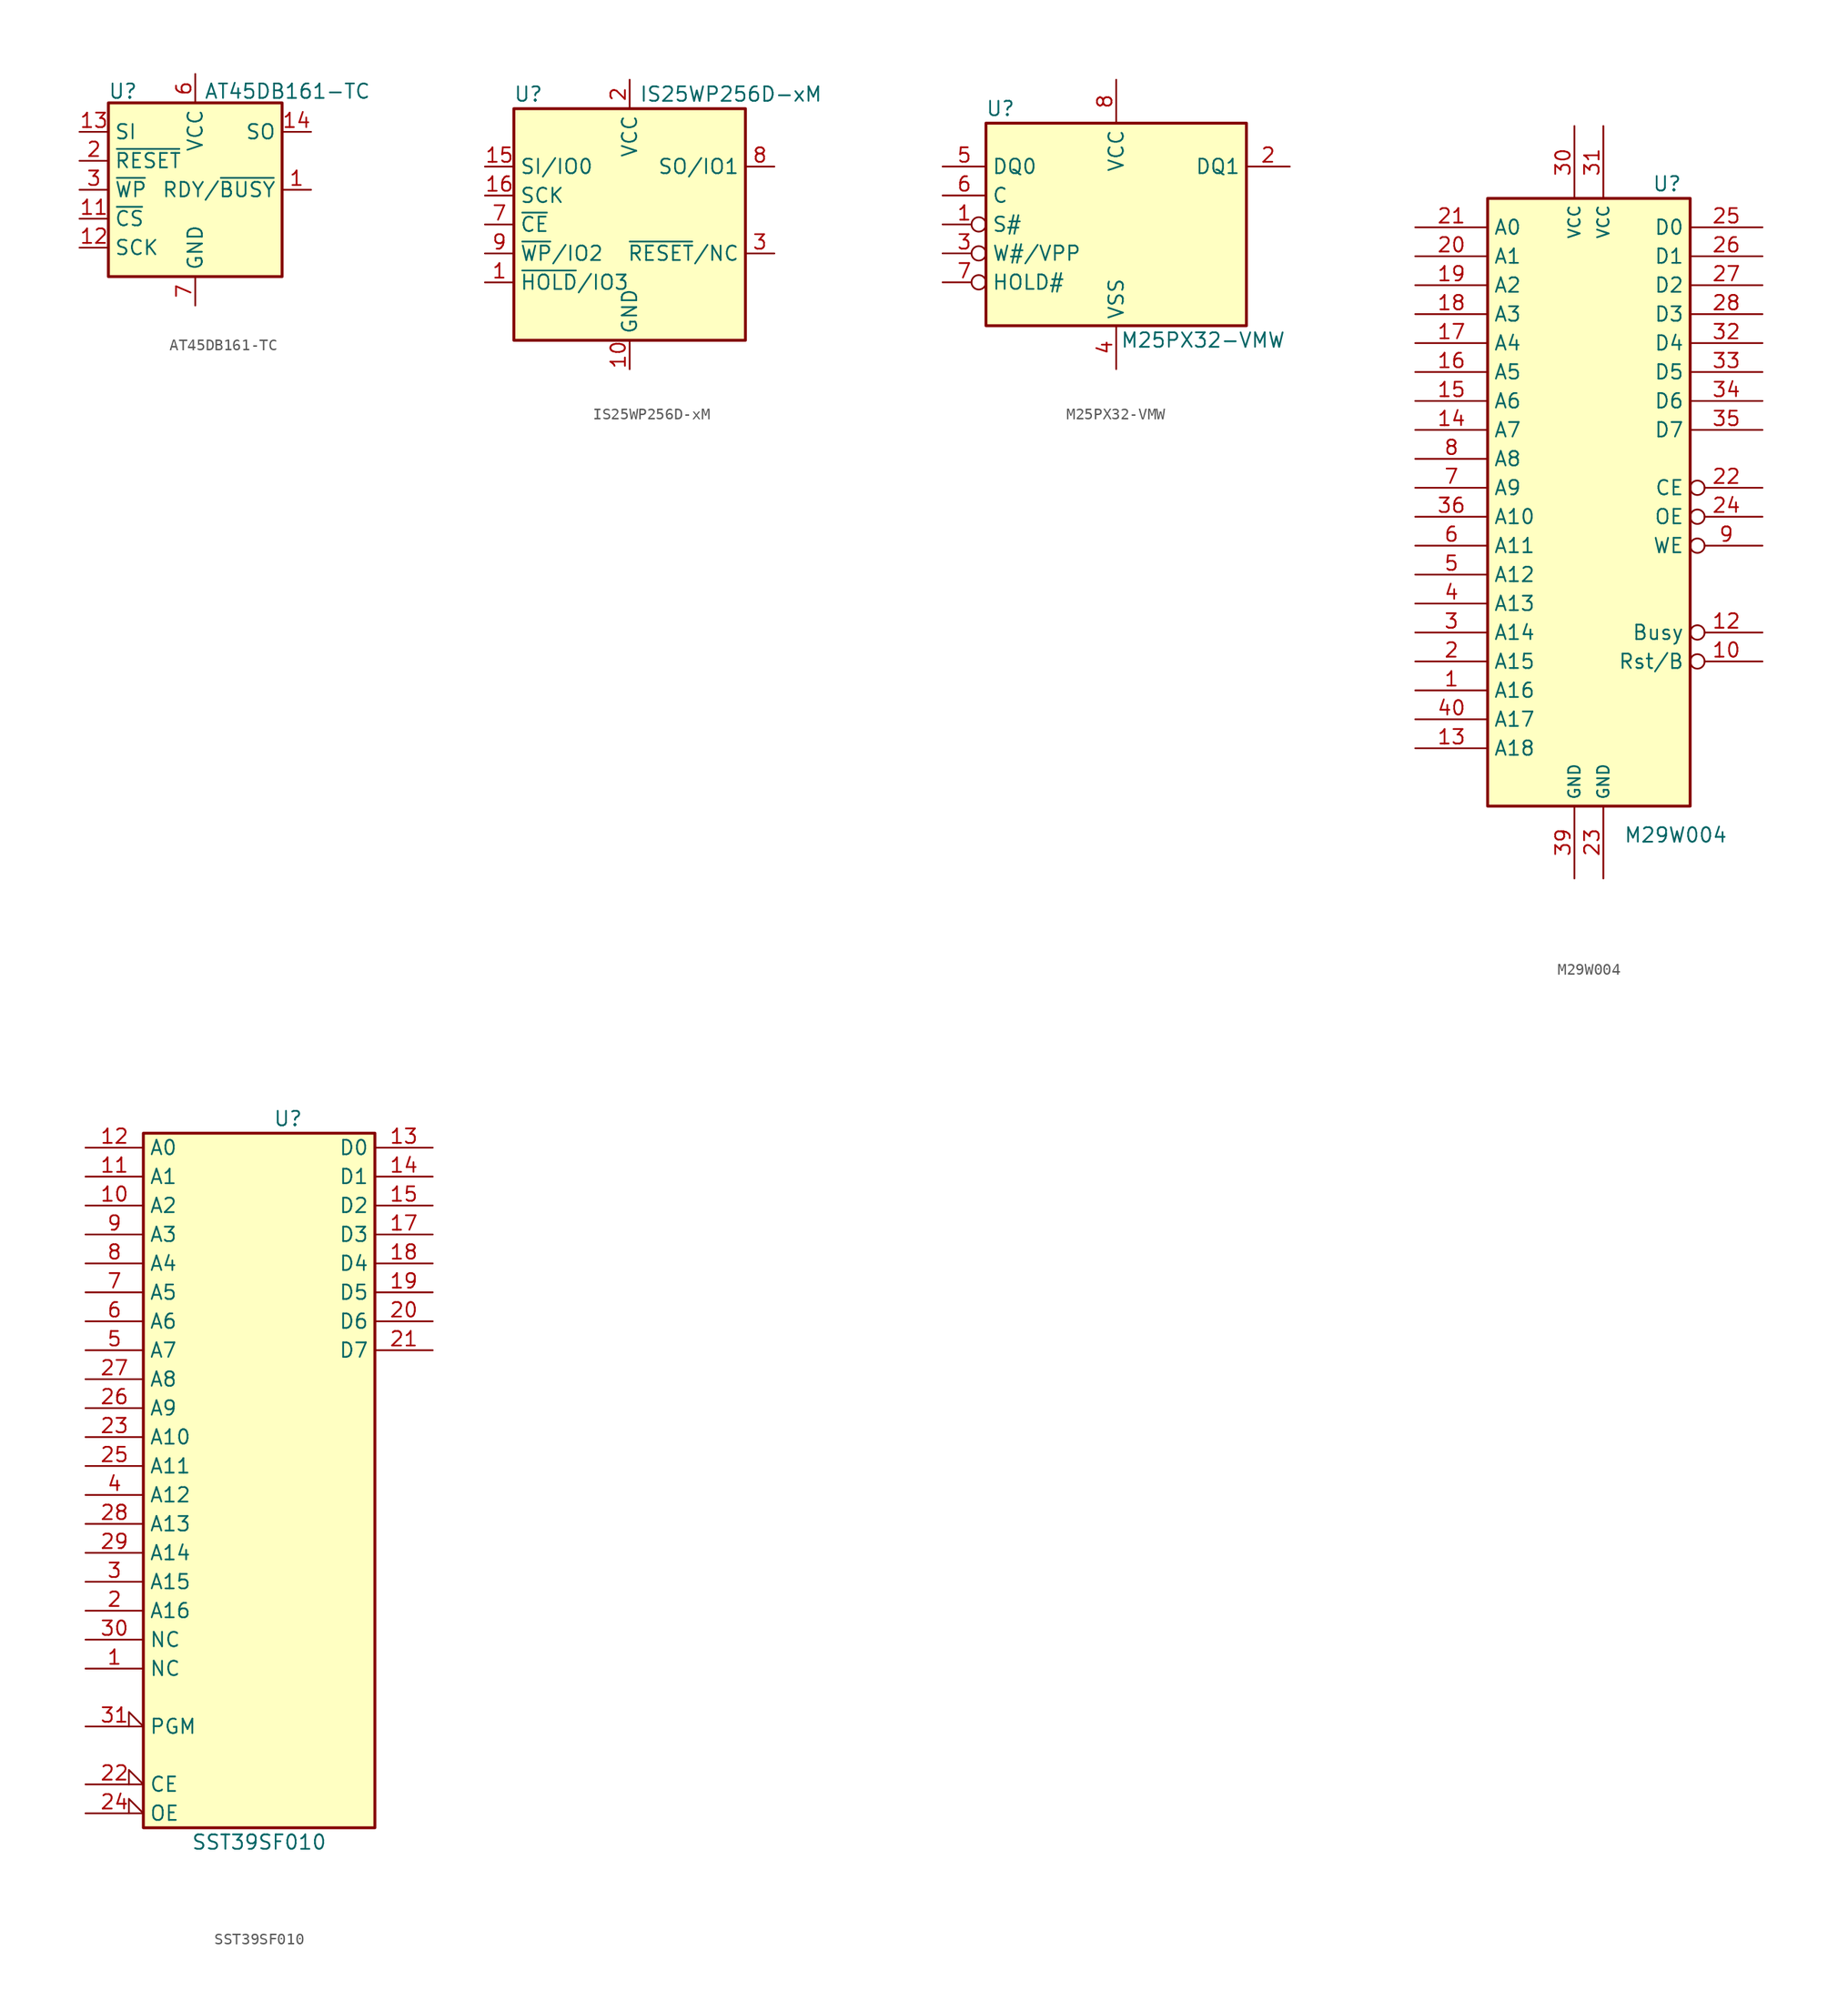
<source format=kicad_sym>
(kicad_symbol_lib
  (version 20201005)
  (generator kicad_symbol_editor)
  (symbol "AT45DB161-TC"
    (property "Reference" "U"
      (at -6.35 8.636 0)
      (effects (font (size 1.27 1.27))))
    (property "Value" "AT45DB161-TC"
      (at 0.762 8.636 0)
      (effects (font (size 1.27 1.27)) (justify left)))
    (symbol "AT45DB161-TC_0_1"
      (rectangle (start -7.62 7.62) (end 7.62 -7.62) (stroke (width 0.254)) (fill (type background))))
    (symbol "AT45DB161-TC_1_1"
      (pin output line (at 10.16 0 180) (length 2.54) (name "RDY/~BUSY" (effects (font (size 1.27 1.27)))) (number "1" (effects (font (size 1.27 1.27)))))
      (pin input line (at -10.16 -2.54 0) (length 2.54) (name "~CS" (effects (font (size 1.27 1.27)))) (number "11" (effects (font (size 1.27 1.27)))))
      (pin input line (at -10.16 -5.08 0) (length 2.54) (name "SCK" (effects (font (size 1.27 1.27)))) (number "12" (effects (font (size 1.27 1.27)))))
      (pin input line (at -10.16 5.08 0) (length 2.54) (name "SI" (effects (font (size 1.27 1.27)))) (number "13" (effects (font (size 1.27 1.27)))))
      (pin output line (at 10.16 5.08 180) (length 2.54) (name "SO" (effects (font (size 1.27 1.27)))) (number "14" (effects (font (size 1.27 1.27)))))
      (pin input line (at -10.16 2.54 0) (length 2.54) (name "~RESET" (effects (font (size 1.27 1.27)))) (number "2" (effects (font (size 1.27 1.27)))))
      (pin input line (at -10.16 0 0) (length 2.54) (name "~WP" (effects (font (size 1.27 1.27)))) (number "3" (effects (font (size 1.27 1.27)))))
      (pin power_in line (at 0 10.16 270) (length 2.54) (name "VCC" (effects (font (size 1.27 1.27)))) (number "6" (effects (font (size 1.27 1.27)))))
      (pin power_in line (at 0 -10.16 90) (length 2.54) (name "GND" (effects (font (size 1.27 1.27)))) (number "7" (effects (font (size 1.27 1.27)))))))
  (symbol "IS25WP256D-xM"
    (property "Reference" "U"
      (at -8.89 11.43 0)
      (effects (font (size 1.27 1.27))))
    (property "Value" "IS25WP256D-xM"
      (at 8.89 11.43 0)
      (effects (font (size 1.27 1.27))))
    (symbol "IS25WP256D-xM_0_1"
      (rectangle (start 10.16 -10.16) (end -10.16 10.16) (stroke (width 0.254)) (fill (type background)))
      (pin bidirectional line (at -12.7 -5.08 0) (length 2.54) (name "~HOLD~/IO3" (effects (font (size 1.27 1.27)))) (number "1" (effects (font (size 1.27 1.27)))))
      (pin power_in line (at 0 -12.7 90) (length 2.54) (name "GND" (effects (font (size 1.27 1.27)))) (number "10" (effects (font (size 1.27 1.27)))))
      (pin no_connect line (at 10.16 0 180) (length 2.54) hide (name "NC" (effects (font (size 1.27 1.27)))) (number "11" (effects (font (size 1.27 1.27)))))
      (pin no_connect line (at 10.16 -5.08 180) (length 2.54) hide (name "NC" (effects (font (size 1.27 1.27)))) (number "12" (effects (font (size 1.27 1.27)))))
      (pin no_connect line (at 10.16 7.62 180) (length 2.54) hide (name "NC" (effects (font (size 1.27 1.27)))) (number "13" (effects (font (size 1.27 1.27)))))
      (pin no_connect line (at 10.16 -7.62 180) (length 2.54) hide (name "NC" (effects (font (size 1.27 1.27)))) (number "14" (effects (font (size 1.27 1.27)))))
      (pin bidirectional line (at -12.7 5.08 0) (length 2.54) (name "SI/IO0" (effects (font (size 1.27 1.27)))) (number "15" (effects (font (size 1.27 1.27)))))
      (pin input line (at -12.7 2.54 0) (length 2.54) (name "SCK" (effects (font (size 1.27 1.27)))) (number "16" (effects (font (size 1.27 1.27)))))
      (pin power_in line (at 0 12.7 270) (length 2.54) (name "VCC" (effects (font (size 1.27 1.27)))) (number "2" (effects (font (size 1.27 1.27)))))
      (pin input line (at 12.7 -2.54 180) (length 2.54) (name "~RESET~/NC" (effects (font (size 1.27 1.27)))) (number "3" (effects (font (size 1.27 1.27)))))
      (pin no_connect line (at -10.16 7.62 0) (length 2.54) hide (name "NC" (effects (font (size 1.27 1.27)))) (number "4" (effects (font (size 1.27 1.27)))))
      (pin no_connect line (at -10.16 -7.62 0) (length 2.54) hide (name "NC" (effects (font (size 1.27 1.27)))) (number "5" (effects (font (size 1.27 1.27)))))
      (pin no_connect line (at 10.16 2.54 180) (length 2.54) hide (name "NC" (effects (font (size 1.27 1.27)))) (number "6" (effects (font (size 1.27 1.27)))))
      (pin input line (at -12.7 0 0) (length 2.54) (name "~CE" (effects (font (size 1.27 1.27)))) (number "7" (effects (font (size 1.27 1.27)))))
      (pin bidirectional line (at 12.7 5.08 180) (length 2.54) (name "SO/IO1" (effects (font (size 1.27 1.27)))) (number "8" (effects (font (size 1.27 1.27)))))
      (pin bidirectional line (at -12.7 -2.54 0) (length 2.54) (name "~WP~/IO2" (effects (font (size 1.27 1.27)))) (number "9" (effects (font (size 1.27 1.27)))))))
  (symbol "M25PX32-VMW"
    (property "Reference" "U"
      (at -10.16 10.16 0)
      (effects (font (size 1.27 1.27))))
    (property "Value" "M25PX32-VMW"
      (at 7.62 -10.16 0)
      (effects (font (size 1.27 1.27))))
    (symbol "M25PX32-VMW_0_1"
      (rectangle (start -11.43 8.89) (end 11.43 -8.89) (stroke (width 0.254)) (fill (type background))))
    (symbol "M25PX32-VMW_1_1"
      (pin input inverted (at -15.24 0 0) (length 3.81) (name "S#" (effects (font (size 1.27 1.27)))) (number "1" (effects (font (size 1.27 1.27)))))
      (pin bidirectional line (at 15.24 5.08 180) (length 3.81) (name "DQ1" (effects (font (size 1.27 1.27)))) (number "2" (effects (font (size 1.27 1.27)))))
      (pin input inverted (at -15.24 -2.54 0) (length 3.81) (name "W#/VPP" (effects (font (size 1.27 1.27)))) (number "3" (effects (font (size 1.27 1.27)))))
      (pin power_in line (at 0 -12.7 90) (length 3.81) (name "VSS" (effects (font (size 1.27 1.27)))) (number "4" (effects (font (size 1.27 1.27)))))
      (pin bidirectional line (at -15.24 5.08 0) (length 3.81) (name "DQ0" (effects (font (size 1.27 1.27)))) (number "5" (effects (font (size 1.27 1.27)))))
      (pin input line (at -15.24 2.54 0) (length 3.81) (name "C" (effects (font (size 1.27 1.27)))) (number "6" (effects (font (size 1.27 1.27)))))
      (pin input inverted (at -15.24 -5.08 0) (length 3.81) (name "HOLD#" (effects (font (size 1.27 1.27)))) (number "7" (effects (font (size 1.27 1.27)))))
      (pin power_in line (at 0 12.7 270) (length 3.81) (name "VCC" (effects (font (size 1.27 1.27)))) (number "8" (effects (font (size 1.27 1.27)))))))
  (symbol "M29W004"
    (property "Reference" "U"
      (at 6.858 27.94 0)
      (effects (font (size 1.27 1.27))))
    (property "Value" "M29W004"
      (at 7.62 -29.21 0)
      (effects (font (size 1.27 1.27))))
    (symbol "M29W004_0_1"
      (rectangle (start -8.89 26.67) (end 8.89 -26.67) (stroke (width 0.254)) (fill (type background))))
    (symbol "M29W004_1_1"
      (pin input line (at -15.24 -16.51 0) (length 6.35) (name "A16" (effects (font (size 1.27 1.27)))) (number "1" (effects (font (size 1.27 1.27)))))
      (pin input inverted (at 15.24 -13.97 180) (length 6.35) (name "Rst/B" (effects (font (size 1.27 1.27)))) (number "10" (effects (font (size 1.27 1.27)))))
      (pin output inverted (at 15.24 -11.43 180) (length 6.35) (name "Busy" (effects (font (size 1.27 1.27)))) (number "12" (effects (font (size 1.27 1.27)))))
      (pin input line (at -15.24 -21.59 0) (length 6.35) (name "A18" (effects (font (size 1.27 1.27)))) (number "13" (effects (font (size 1.27 1.27)))))
      (pin input line (at -15.24 6.35 0) (length 6.35) (name "A7" (effects (font (size 1.27 1.27)))) (number "14" (effects (font (size 1.27 1.27)))))
      (pin input line (at -15.24 8.89 0) (length 6.35) (name "A6" (effects (font (size 1.27 1.27)))) (number "15" (effects (font (size 1.27 1.27)))))
      (pin input line (at -15.24 11.43 0) (length 6.35) (name "A5" (effects (font (size 1.27 1.27)))) (number "16" (effects (font (size 1.27 1.27)))))
      (pin input line (at -15.24 13.97 0) (length 6.35) (name "A4" (effects (font (size 1.27 1.27)))) (number "17" (effects (font (size 1.27 1.27)))))
      (pin input line (at -15.24 16.51 0) (length 6.35) (name "A3" (effects (font (size 1.27 1.27)))) (number "18" (effects (font (size 1.27 1.27)))))
      (pin input line (at -15.24 19.05 0) (length 6.35) (name "A2" (effects (font (size 1.27 1.27)))) (number "19" (effects (font (size 1.27 1.27)))))
      (pin input line (at -15.24 -13.97 0) (length 6.35) (name "A15" (effects (font (size 1.27 1.27)))) (number "2" (effects (font (size 1.27 1.27)))))
      (pin input line (at -15.24 21.59 0) (length 6.35) (name "A1" (effects (font (size 1.27 1.27)))) (number "20" (effects (font (size 1.27 1.27)))))
      (pin input line (at -15.24 24.13 0) (length 6.35) (name "A0" (effects (font (size 1.27 1.27)))) (number "21" (effects (font (size 1.27 1.27)))))
      (pin input inverted (at 15.24 1.27 180) (length 6.35) (name "CE" (effects (font (size 1.27 1.27)))) (number "22" (effects (font (size 1.27 1.27)))))
      (pin power_in line (at 1.27 -33.02 90) (length 6.35) (name "GND" (effects (font (size 1.016 1.016)))) (number "23" (effects (font (size 1.27 1.27)))))
      (pin input inverted (at 15.24 -1.27 180) (length 6.35) (name "OE" (effects (font (size 1.27 1.27)))) (number "24" (effects (font (size 1.27 1.27)))))
      (pin tri_state line (at 15.24 24.13 180) (length 6.35) (name "D0" (effects (font (size 1.27 1.27)))) (number "25" (effects (font (size 1.27 1.27)))))
      (pin tri_state line (at 15.24 21.59 180) (length 6.35) (name "D1" (effects (font (size 1.27 1.27)))) (number "26" (effects (font (size 1.27 1.27)))))
      (pin tri_state line (at 15.24 19.05 180) (length 6.35) (name "D2" (effects (font (size 1.27 1.27)))) (number "27" (effects (font (size 1.27 1.27)))))
      (pin tri_state line (at 15.24 16.51 180) (length 6.35) (name "D3" (effects (font (size 1.27 1.27)))) (number "28" (effects (font (size 1.27 1.27)))))
      (pin input line (at -15.24 -11.43 0) (length 6.35) (name "A14" (effects (font (size 1.27 1.27)))) (number "3" (effects (font (size 1.27 1.27)))))
      (pin power_in line (at -1.27 33.02 270) (length 6.35) (name "VCC" (effects (font (size 1.016 1.016)))) (number "30" (effects (font (size 1.27 1.27)))))
      (pin power_in line (at 1.27 33.02 270) (length 6.35) (name "VCC" (effects (font (size 1.016 1.016)))) (number "31" (effects (font (size 1.27 1.27)))))
      (pin tri_state line (at 15.24 13.97 180) (length 6.35) (name "D4" (effects (font (size 1.27 1.27)))) (number "32" (effects (font (size 1.27 1.27)))))
      (pin tri_state line (at 15.24 11.43 180) (length 6.35) (name "D5" (effects (font (size 1.27 1.27)))) (number "33" (effects (font (size 1.27 1.27)))))
      (pin tri_state line (at 15.24 8.89 180) (length 6.35) (name "D6" (effects (font (size 1.27 1.27)))) (number "34" (effects (font (size 1.27 1.27)))))
      (pin tri_state line (at 15.24 6.35 180) (length 6.35) (name "D7" (effects (font (size 1.27 1.27)))) (number "35" (effects (font (size 1.27 1.27)))))
      (pin input line (at -15.24 -1.27 0) (length 6.35) (name "A10" (effects (font (size 1.27 1.27)))) (number "36" (effects (font (size 1.27 1.27)))))
      (pin power_in line (at -1.27 -33.02 90) (length 6.35) (name "GND" (effects (font (size 1.016 1.016)))) (number "39" (effects (font (size 1.27 1.27)))))
      (pin input line (at -15.24 -8.89 0) (length 6.35) (name "A13" (effects (font (size 1.27 1.27)))) (number "4" (effects (font (size 1.27 1.27)))))
      (pin input line (at -15.24 -19.05 0) (length 6.35) (name "A17" (effects (font (size 1.27 1.27)))) (number "40" (effects (font (size 1.27 1.27)))))
      (pin input line (at -15.24 -6.35 0) (length 6.35) (name "A12" (effects (font (size 1.27 1.27)))) (number "5" (effects (font (size 1.27 1.27)))))
      (pin input line (at -15.24 -3.81 0) (length 6.35) (name "A11" (effects (font (size 1.27 1.27)))) (number "6" (effects (font (size 1.27 1.27)))))
      (pin input line (at -15.24 1.27 0) (length 6.35) (name "A9" (effects (font (size 1.27 1.27)))) (number "7" (effects (font (size 1.27 1.27)))))
      (pin input line (at -15.24 3.81 0) (length 6.35) (name "A8" (effects (font (size 1.27 1.27)))) (number "8" (effects (font (size 1.27 1.27)))))
      (pin input inverted (at 15.24 -3.81 180) (length 6.35) (name "WE" (effects (font (size 1.27 1.27)))) (number "9" (effects (font (size 1.27 1.27)))))))
  (symbol "SST39SF010"
    (property "Reference" "U"
      (at 2.54 33.02 0)
      (effects (font (size 1.27 1.27))))
    (property "Value" "SST39SF010"
      (at 0 -30.48 0)
      (effects (font (size 1.27 1.27))))
    (symbol "SST39SF010_0_0"
      (pin power_in line (at 0 -30.48 90) (length 1.27) hide (name "GND" (effects (font (size 1.27 1.27)))) (number "16" (effects (font (size 1.27 1.27)))))
      (pin power_in line (at 0 33.02 270) (length 1.27) hide (name "VCC" (effects (font (size 1.27 1.27)))) (number "32" (effects (font (size 1.27 1.27))))))
    (symbol "SST39SF010_0_1"
      (rectangle (start -10.16 31.75) (end 10.16 -29.21) (stroke (width 0.254)) (fill (type background))))
    (symbol "SST39SF010_1_1"
      (pin input line (at -15.24 -15.24 0) (length 5.08) (name "NC" (effects (font (size 1.27 1.27)))) (number "1" (effects (font (size 1.27 1.27)))))
      (pin input line (at -15.24 25.4 0) (length 5.08) (name "A2" (effects (font (size 1.27 1.27)))) (number "10" (effects (font (size 1.27 1.27)))))
      (pin input line (at -15.24 27.94 0) (length 5.08) (name "A1" (effects (font (size 1.27 1.27)))) (number "11" (effects (font (size 1.27 1.27)))))
      (pin input line (at -15.24 30.48 0) (length 5.08) (name "A0" (effects (font (size 1.27 1.27)))) (number "12" (effects (font (size 1.27 1.27)))))
      (pin tri_state line (at 15.24 30.48 180) (length 5.08) (name "D0" (effects (font (size 1.27 1.27)))) (number "13" (effects (font (size 1.27 1.27)))))
      (pin tri_state line (at 15.24 27.94 180) (length 5.08) (name "D1" (effects (font (size 1.27 1.27)))) (number "14" (effects (font (size 1.27 1.27)))))
      (pin tri_state line (at 15.24 25.4 180) (length 5.08) (name "D2" (effects (font (size 1.27 1.27)))) (number "15" (effects (font (size 1.27 1.27)))))
      (pin tri_state line (at 15.24 22.86 180) (length 5.08) (name "D3" (effects (font (size 1.27 1.27)))) (number "17" (effects (font (size 1.27 1.27)))))
      (pin tri_state line (at 15.24 20.32 180) (length 5.08) (name "D4" (effects (font (size 1.27 1.27)))) (number "18" (effects (font (size 1.27 1.27)))))
      (pin tri_state line (at 15.24 17.78 180) (length 5.08) (name "D5" (effects (font (size 1.27 1.27)))) (number "19" (effects (font (size 1.27 1.27)))))
      (pin input line (at -15.24 -10.16 0) (length 5.08) (name "A16" (effects (font (size 1.27 1.27)))) (number "2" (effects (font (size 1.27 1.27)))))
      (pin tri_state line (at 15.24 15.24 180) (length 5.08) (name "D6" (effects (font (size 1.27 1.27)))) (number "20" (effects (font (size 1.27 1.27)))))
      (pin tri_state line (at 15.24 12.7 180) (length 5.08) (name "D7" (effects (font (size 1.27 1.27)))) (number "21" (effects (font (size 1.27 1.27)))))
      (pin input input_low (at -15.24 -25.4 0) (length 5.08) (name "CE" (effects (font (size 1.27 1.27)))) (number "22" (effects (font (size 1.27 1.27)))))
      (pin input line (at -15.24 5.08 0) (length 5.08) (name "A10" (effects (font (size 1.27 1.27)))) (number "23" (effects (font (size 1.27 1.27)))))
      (pin input input_low (at -15.24 -27.94 0) (length 5.08) (name "OE" (effects (font (size 1.27 1.27)))) (number "24" (effects (font (size 1.27 1.27)))))
      (pin input line (at -15.24 2.54 0) (length 5.08) (name "A11" (effects (font (size 1.27 1.27)))) (number "25" (effects (font (size 1.27 1.27)))))
      (pin input line (at -15.24 7.62 0) (length 5.08) (name "A9" (effects (font (size 1.27 1.27)))) (number "26" (effects (font (size 1.27 1.27)))))
      (pin input line (at -15.24 10.16 0) (length 5.08) (name "A8" (effects (font (size 1.27 1.27)))) (number "27" (effects (font (size 1.27 1.27)))))
      (pin input line (at -15.24 -2.54 0) (length 5.08) (name "A13" (effects (font (size 1.27 1.27)))) (number "28" (effects (font (size 1.27 1.27)))))
      (pin input line (at -15.24 -5.08 0) (length 5.08) (name "A14" (effects (font (size 1.27 1.27)))) (number "29" (effects (font (size 1.27 1.27)))))
      (pin input line (at -15.24 -7.62 0) (length 5.08) (name "A15" (effects (font (size 1.27 1.27)))) (number "3" (effects (font (size 1.27 1.27)))))
      (pin input line (at -15.24 -12.7 0) (length 5.08) (name "NC" (effects (font (size 1.27 1.27)))) (number "30" (effects (font (size 1.27 1.27)))))
      (pin input input_low (at -15.24 -20.32 0) (length 5.08) (name "PGM" (effects (font (size 1.27 1.27)))) (number "31" (effects (font (size 1.27 1.27)))))
      (pin input line (at -15.24 0 0) (length 5.08) (name "A12" (effects (font (size 1.27 1.27)))) (number "4" (effects (font (size 1.27 1.27)))))
      (pin input line (at -15.24 12.7 0) (length 5.08) (name "A7" (effects (font (size 1.27 1.27)))) (number "5" (effects (font (size 1.27 1.27)))))
      (pin input line (at -15.24 15.24 0) (length 5.08) (name "A6" (effects (font (size 1.27 1.27)))) (number "6" (effects (font (size 1.27 1.27)))))
      (pin input line (at -15.24 17.78 0) (length 5.08) (name "A5" (effects (font (size 1.27 1.27)))) (number "7" (effects (font (size 1.27 1.27)))))
      (pin input line (at -15.24 20.32 0) (length 5.08) (name "A4" (effects (font (size 1.27 1.27)))) (number "8" (effects (font (size 1.27 1.27)))))
      (pin input line (at -15.24 22.86 0) (length 5.08) (name "A3" (effects (font (size 1.27 1.27)))) (number "9" (effects (font (size 1.27 1.27))))))))
</source>
